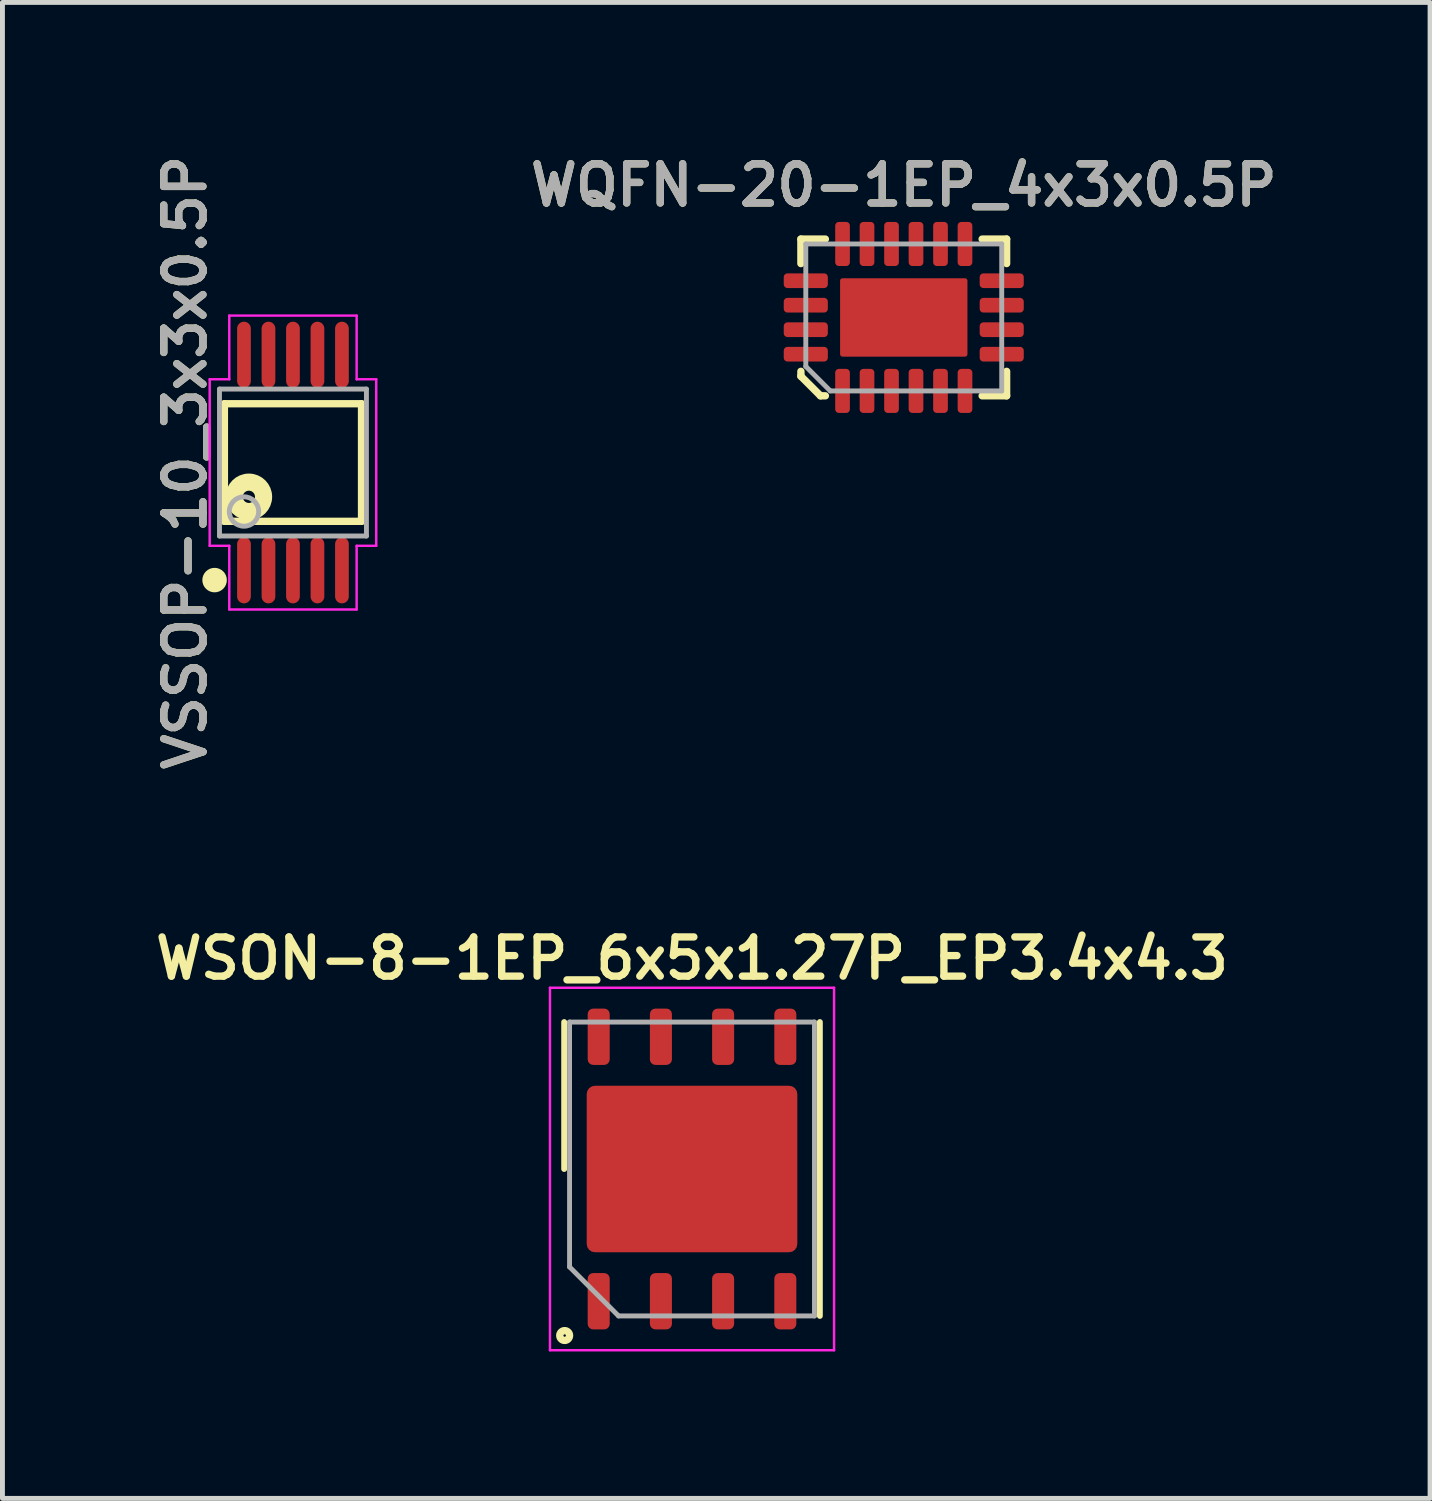
<source format=kicad_pcb>
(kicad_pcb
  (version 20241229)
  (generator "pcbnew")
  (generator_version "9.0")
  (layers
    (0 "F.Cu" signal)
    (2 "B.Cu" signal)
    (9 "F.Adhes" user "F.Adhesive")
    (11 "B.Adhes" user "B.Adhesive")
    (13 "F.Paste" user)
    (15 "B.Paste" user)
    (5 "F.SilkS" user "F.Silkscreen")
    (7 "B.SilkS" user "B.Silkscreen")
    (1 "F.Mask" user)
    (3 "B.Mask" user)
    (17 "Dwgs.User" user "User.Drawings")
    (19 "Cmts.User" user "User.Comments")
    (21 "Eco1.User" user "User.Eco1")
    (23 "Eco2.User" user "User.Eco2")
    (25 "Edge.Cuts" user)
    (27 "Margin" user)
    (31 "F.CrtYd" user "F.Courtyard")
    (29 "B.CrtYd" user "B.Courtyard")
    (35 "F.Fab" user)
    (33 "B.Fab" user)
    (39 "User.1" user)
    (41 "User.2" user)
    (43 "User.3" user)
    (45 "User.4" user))
  (footprint "VSSOP-10_3x3x0.5P"
    (layer "F.Cu")
    (at 2.931 6.393)
    (property "Reference" "VSSOP-10_3x3x0.5P" (at -2.2 0 90) (layer "F.SilkS") (effects (font (size 0.8 0.8) (thickness 0.15))))
    (attr through_hole)
    (fp_line (start -1.4 -1.2) (end 1.4 -1.2) (stroke (width 0.15) (type solid)) (layer "F.SilkS"))
    (fp_line (start -1.4 1.2) (end -1.4 -1.2) (stroke (width 0.15) (type solid)) (layer "F.SilkS"))
    (fp_line (start -1.4 1.2) (end 1.4 1.2) (stroke (width 0.15) (type solid)) (layer "F.SilkS"))
    (fp_line (start 1.4 1.2) (end 1.4 -1.2) (stroke (width 0.15) (type solid)) (layer "F.SilkS"))
    (fp_circle (center -1.6 2.4) (end -1.475 2.4) (stroke (width 0.25) (type solid)) (fill no) (layer "F.SilkS"))
    (fp_circle (center -0.9 0.7) (end -0.775 0.7) (stroke (width 0.35) (type solid)) (fill no) (layer "F.SilkS"))
    (fp_line (start -1.7 -1.7) (end -1.7 1.7) (stroke (width 0.05) (type solid)) (layer "F.CrtYd"))
    (fp_line (start -1.7 1.7) (end -1.3 1.7) (stroke (width 0.05) (type solid)) (layer "F.CrtYd"))
    (fp_line (start -1.3 -3) (end -1.3 -1.7) (stroke (width 0.05) (type solid)) (layer "F.CrtYd"))
    (fp_line (start -1.3 -1.7) (end -1.7 -1.7) (stroke (width 0.05) (type solid)) (layer "F.CrtYd"))
    (fp_line (start -1.3 1.7) (end -1.3 3) (stroke (width 0.05) (type solid)) (layer "F.CrtYd"))
    (fp_line (start -1.3 3) (end 1.3 3) (stroke (width 0.05) (type solid)) (layer "F.CrtYd"))
    (fp_line (start 1.3 -3) (end -1.3 -3) (stroke (width 0.05) (type solid)) (layer "F.CrtYd"))
    (fp_line (start 1.3 -1.7) (end 1.3 -3) (stroke (width 0.05) (type solid)) (layer "F.CrtYd"))
    (fp_line (start 1.3 1.7) (end 1.7 1.7) (stroke (width 0.05) (type solid)) (layer "F.CrtYd"))
    (fp_line (start 1.3 3) (end 1.3 1.7) (stroke (width 0.05) (type solid)) (layer "F.CrtYd"))
    (fp_line (start 1.7 -1.7) (end 1.3 -1.7) (stroke (width 0.05) (type solid)) (layer "F.CrtYd"))
    (fp_line (start 1.7 1.7) (end 1.7 -1.7) (stroke (width 0.05) (type solid)) (layer "F.CrtYd"))
    (fp_line (start -1.5 -1.5) (end 1.5 -1.5) (stroke (width 0.1) (type solid)) (layer "F.Fab"))
    (fp_line (start -1.5 1.5) (end -1.5 -1.5) (stroke (width 0.1) (type solid)) (layer "F.Fab"))
    (fp_line (start -1.5 1.5) (end 1.5 1.5) (stroke (width 0.1) (type solid)) (layer "F.Fab"))
    (fp_line (start 1.5 1.5) (end 1.5 -1.5) (stroke (width 0.1) (type solid)) (layer "F.Fab"))
    (fp_circle (center -1 1) (end -0.7 1) (stroke (width 0.1) (type solid)) (fill no) (layer "F.Fab"))
    (fp_text user "${REFERENCE}" (at -2.2 0 90) (layer "F.Fab") (effects (font (size 0.8 0.8) (thickness 0.15))))
    (pad "1" smd oval (at -1 2.2 270) (size 1.35 0.28) (layers "F.Cu" "F.Mask" "F.Paste"))
    (pad "2" smd oval (at -0.5 2.2 270) (size 1.35 0.28) (layers "F.Cu" "F.Mask" "F.Paste"))
    (pad "3" smd oval (at 0 2.2 270) (size 1.35 0.28) (layers "F.Cu" "F.Mask" "F.Paste"))
    (pad "4" smd oval (at 0.5 2.2 270) (size 1.35 0.28) (layers "F.Cu" "F.Mask" "F.Paste"))
    (pad "5" smd oval (at 1 2.2 270) (size 1.35 0.28) (layers "F.Cu" "F.Mask" "F.Paste"))
    (pad "6" smd oval (at 1 -2.2 270) (size 1.35 0.28) (layers "F.Cu" "F.Mask" "F.Paste"))
    (pad "7" smd oval (at 0.5 -2.2 270) (size 1.35 0.28) (layers "F.Cu" "F.Mask" "F.Paste"))
    (pad "8" smd oval (at 0 -2.2 270) (size 1.35 0.28) (layers "F.Cu" "F.Mask" "F.Paste"))
    (pad "9" smd oval (at -0.5 -2.2 270) (size 1.35 0.28) (layers "F.Cu" "F.Mask" "F.Paste"))
    (pad "10" smd oval (at -1 -2.2 270) (size 1.35 0.28) (layers "F.Cu" "F.Mask" "F.Paste")))
  (footprint "WSON-8-1EP_6x5x1.27P_EP3.4x4.3"
    (layer "F.Cu")
    (at 11.078 20.816)
    (property "Reference" "WSON-8-1EP_6x5x1.27P_EP3.4x4.3" (at 0 -4.3 180) (layer "F.SilkS") (effects (font (size 0.8 0.8) (thickness 0.15))))
    (attr smd)
    (fp_line (start -2.61 0) (end -2.61 -3) (stroke (width 0.12) (type solid)) (layer "F.SilkS"))
    (fp_line (start 2.61 3) (end 2.61 -3) (stroke (width 0.12) (type solid)) (layer "F.SilkS"))
    (fp_circle (center -2.6 3.4) (end -2.6 3.3) (stroke (width 0.15) (type solid)) (fill no) (layer "F.SilkS"))
    (fp_line (start -2.9 -3.7) (end 2.9 -3.7) (stroke (width 0.05) (type solid)) (layer "F.CrtYd"))
    (fp_line (start -2.9 3.7) (end -2.9 -3.7) (stroke (width 0.05) (type solid)) (layer "F.CrtYd"))
    (fp_line (start 2.9 -3.7) (end 2.9 3.7) (stroke (width 0.05) (type solid)) (layer "F.CrtYd"))
    (fp_line (start 2.9 3.7) (end -2.9 3.7) (stroke (width 0.05) (type solid)) (layer "F.CrtYd"))
    (fp_line (start -2.5 -3) (end 2.5 -3) (stroke (width 0.1) (type solid)) (layer "F.Fab"))
    (fp_line (start -2.5 2) (end -2.5 -3) (stroke (width 0.1) (type solid)) (layer "F.Fab"))
    (fp_line (start -1.5 3) (end -2.5 2) (stroke (width 0.1) (type solid)) (layer "F.Fab"))
    (fp_line (start 2.5 -3) (end 2.5 3) (stroke (width 0.1) (type solid)) (layer "F.Fab"))
    (fp_line (start 2.5 3) (end -1.5 3) (stroke (width 0.1) (type solid)) (layer "F.Fab"))
    (pad "" smd roundrect (at -1.075 -0.85 90) (size 1.37 1.73) (layers "F.Paste") (roundrect_rratio 0.182))
    (pad "" smd roundrect (at -1.075 0.85 90) (size 1.37 1.73) (layers "F.Paste") (roundrect_rratio 0.182))
    (pad "" smd roundrect (at 1.075 -0.85 90) (size 1.37 1.73) (layers "F.Paste") (roundrect_rratio 0.182))
    (pad "" smd roundrect (at 1.075 0.85 90) (size 1.37 1.73) (layers "F.Paste") (roundrect_rratio 0.182))
    (pad "1" smd roundrect (at -1.905 2.7 90) (size 1.15 0.45) (layers "F.Cu" "F.Mask" "F.Paste") (roundrect_rratio 0.25))
    (pad "2" smd roundrect (at -0.635 2.7 90) (size 1.15 0.45) (layers "F.Cu" "F.Mask" "F.Paste") (roundrect_rratio 0.25))
    (pad "3" smd roundrect (at 0.635 2.7 90) (size 1.15 0.45) (layers "F.Cu" "F.Mask" "F.Paste") (roundrect_rratio 0.25))
    (pad "4" smd roundrect (at 1.905 2.7 90) (size 1.15 0.45) (layers "F.Cu" "F.Mask" "F.Paste") (roundrect_rratio 0.25))
    (pad "5" smd roundrect (at 1.905 -2.7 90) (size 1.15 0.45) (layers "F.Cu" "F.Mask" "F.Paste") (roundrect_rratio 0.25))
    (pad "6" smd roundrect (at 0.635 -2.7 90) (size 1.15 0.45) (layers "F.Cu" "F.Mask" "F.Paste") (roundrect_rratio 0.25))
    (pad "7" smd roundrect (at -0.635 -2.7 90) (size 1.15 0.45) (layers "F.Cu" "F.Mask" "F.Paste") (roundrect_rratio 0.25))
    (pad "8" smd roundrect (at -1.905 -2.7 90) (size 1.15 0.45) (layers "F.Cu" "F.Mask" "F.Paste") (roundrect_rratio 0.25))
    (pad "9" smd roundrect (at 0 0 90) (size 3.4 4.3) (layers "F.Cu" "F.Mask") (roundrect_rratio 0.05)))
  (footprint "WQFN-20-1EP_4x3x0.5P"
    (layer "F.Cu")
    (at 15.401 3.431)
    (property "Reference" "WQFN-20-1EP_4x3x0.5P" (at 0 -2.7 0) (layer "F.SilkS") (effects (font (size 0.8 0.8) (thickness 0.15))))
    (attr smd)
    (fp_line (start -2.1 -1.6) (end -1.6 -1.6) (stroke (width 0.15) (type solid)) (layer "F.SilkS"))
    (fp_line (start -2.1 -1.1) (end -2.1 -1.6) (stroke (width 0.15) (type solid)) (layer "F.SilkS"))
    (fp_line (start -2.1 1.2) (end -2.1 1.1) (stroke (width 0.15) (type solid)) (layer "F.SilkS"))
    (fp_line (start -1.7 1.6) (end -2.1 1.2) (stroke (width 0.15) (type solid)) (layer "F.SilkS"))
    (fp_line (start -1.6 1.6) (end -1.7 1.6) (stroke (width 0.15) (type solid)) (layer "F.SilkS"))
    (fp_line (start 1.6 -1.6) (end 2.1 -1.6) (stroke (width 0.15) (type solid)) (layer "F.SilkS"))
    (fp_line (start 2.1 -1.6) (end 2.1 -1.1) (stroke (width 0.15) (type solid)) (layer "F.SilkS"))
    (fp_line (start 2.1 1.1) (end 2.1 1.6) (stroke (width 0.15) (type solid)) (layer "F.SilkS"))
    (fp_line (start 2.1 1.6) (end 1.6 1.6) (stroke (width 0.15) (type solid)) (layer "F.SilkS"))
    (fp_poly (pts (xy -0.1 0.7) (xy -1.2 0.7) (xy -1.2 -0.7) (xy -0.1 -0.7)) (stroke (width 0.1) (type solid)) (fill yes) (layer "F.Paste"))
    (fp_poly (pts (xy 1.2 0.7) (xy 0.1 0.7) (xy 0.1 -0.7) (xy 1.2 -0.7)) (stroke (width 0.1) (type solid)) (fill yes) (layer "F.Paste"))
    (fp_line (start -2 -1.5) (end 2 -1.5) (stroke (width 0.1) (type solid)) (layer "F.Fab"))
    (fp_line (start -2 1) (end -2 -1.5) (stroke (width 0.1) (type solid)) (layer "F.Fab"))
    (fp_line (start -1.5 1.5) (end -2 1) (stroke (width 0.1) (type solid)) (layer "F.Fab"))
    (fp_line (start 2 -1.5) (end 2 1.5) (stroke (width 0.1) (type solid)) (layer "F.Fab"))
    (fp_line (start 2 1.5) (end -1.5 1.5) (stroke (width 0.1) (type solid)) (layer "F.Fab"))
    (fp_text user "${REFERENCE}" (at 0 -2.7 0) (layer "F.Fab") (effects (font (size 0.8 0.8) (thickness 0.15))))
    (pad "1" smd roundrect (at -1.25 1.5 180) (size 0.3 0.9) (layers "F.Cu" "F.Mask" "F.Paste") (roundrect_rratio 0.25))
    (pad "2" smd roundrect (at -0.75 1.5) (size 0.3 0.9) (layers "F.Cu" "F.Mask" "F.Paste") (roundrect_rratio 0.25))
    (pad "3" smd roundrect (at -0.25 1.5) (size 0.3 0.9) (layers "F.Cu" "F.Mask" "F.Paste") (roundrect_rratio 0.25))
    (pad "4" smd roundrect (at 0.25 1.5) (size 0.3 0.9) (layers "F.Cu" "F.Mask" "F.Paste") (roundrect_rratio 0.25))
    (pad "5" smd roundrect (at 0.75 1.5) (size 0.3 0.9) (layers "F.Cu" "F.Mask" "F.Paste") (roundrect_rratio 0.25))
    (pad "6" smd roundrect (at 1.25 1.5) (size 0.3 0.9) (layers "F.Cu" "F.Mask" "F.Paste") (roundrect_rratio 0.25))
    (pad "7" smd roundrect (at 2 0.75 90) (size 0.3 0.9) (layers "F.Cu" "F.Mask" "F.Paste") (roundrect_rratio 0.25))
    (pad "8" smd roundrect (at 2 0.25 90) (size 0.3 0.9) (layers "F.Cu" "F.Mask" "F.Paste") (roundrect_rratio 0.25))
    (pad "9" smd roundrect (at 2 -0.25 90) (size 0.3 0.9) (layers "F.Cu" "F.Mask" "F.Paste") (roundrect_rratio 0.25))
    (pad "10" smd roundrect (at 2 -0.75 90) (size 0.3 0.9) (layers "F.Cu" "F.Mask" "F.Paste") (roundrect_rratio 0.25))
    (pad "11" smd roundrect (at 1.25 -1.5 180) (size 0.3 0.9) (layers "F.Cu" "F.Mask" "F.Paste") (roundrect_rratio 0.25))
    (pad "12" smd roundrect (at 0.75 -1.5 180) (size 0.3 0.9) (layers "F.Cu" "F.Mask" "F.Paste") (roundrect_rratio 0.25))
    (pad "13" smd roundrect (at 0.25 -1.5 180) (size 0.3 0.9) (layers "F.Cu" "F.Mask" "F.Paste") (roundrect_rratio 0.25))
    (pad "14" smd roundrect (at -0.25 -1.5 180) (size 0.3 0.9) (layers "F.Cu" "F.Mask" "F.Paste") (roundrect_rratio 0.25))
    (pad "15" smd roundrect (at -0.75 -1.5 180) (size 0.3 0.9) (layers "F.Cu" "F.Mask" "F.Paste") (roundrect_rratio 0.25))
    (pad "16" smd roundrect (at -1.25 -1.5 180) (size 0.3 0.9) (layers "F.Cu" "F.Mask" "F.Paste") (roundrect_rratio 0.25))
    (pad "17" smd roundrect (at -2 -0.75 270) (size 0.3 0.9) (layers "F.Cu" "F.Mask" "F.Paste") (roundrect_rratio 0.25))
    (pad "18" smd roundrect (at -2 -0.25 270) (size 0.3 0.9) (layers "F.Cu" "F.Mask" "F.Paste") (roundrect_rratio 0.25))
    (pad "19" smd roundrect (at -2 0.25 270) (size 0.3 0.9) (layers "F.Cu" "F.Mask" "F.Paste") (roundrect_rratio 0.25))
    (pad "20" smd roundrect (at -2 0.75 270) (size 0.3 0.9) (layers "F.Cu" "F.Mask" "F.Paste") (roundrect_rratio 0.25))
    (pad "21" smd roundrect (at 0 0 90) (size 1.6 2.6) (layers "F.Cu" "F.Mask") (roundrect_rratio 0.031)))
  (gr_rect
    (start -3 -3)
    (end 26.146 27.541)
    (stroke (width 0.1) (type default))
    (fill no)
    (layer "Edge.Cuts")))
</source>
